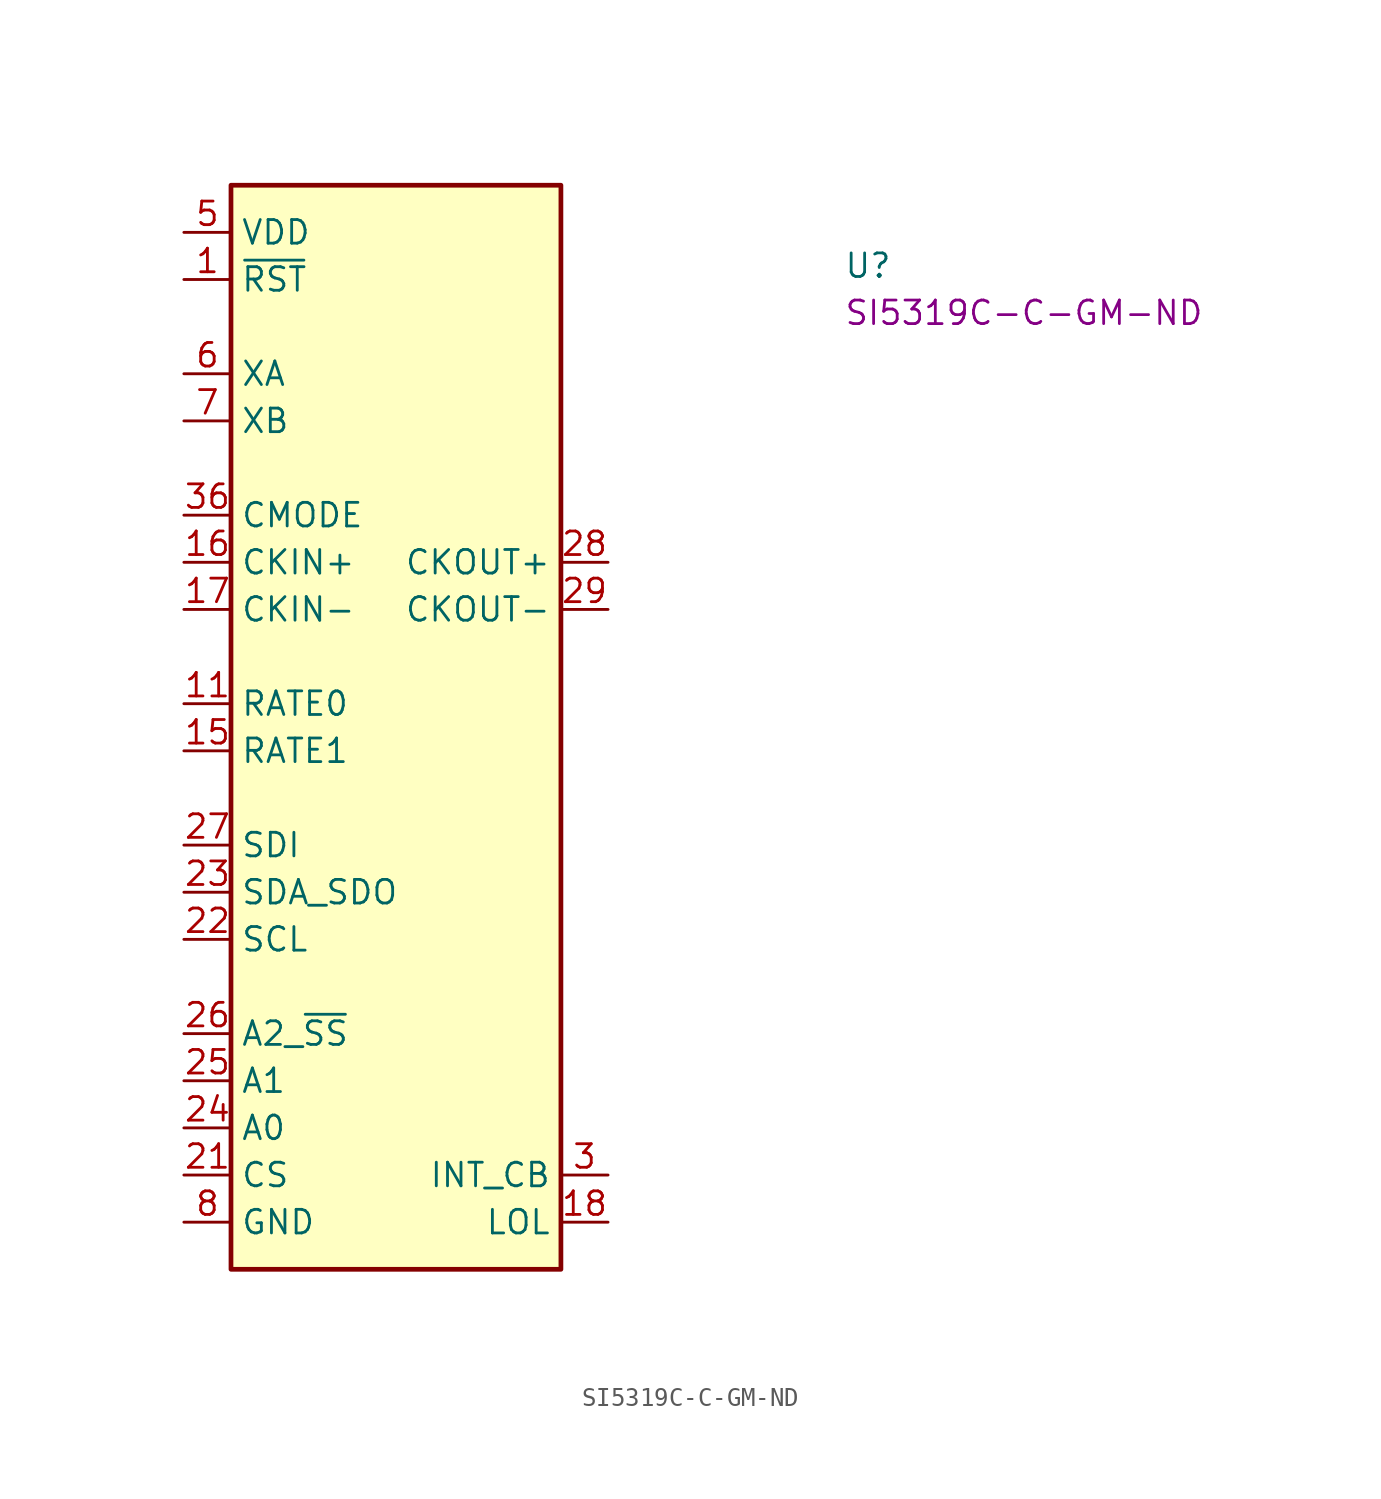
<source format=kicad_sym>
(kicad_symbol_lib
  (version 20220914)
  (generator kicad_symbol_editor)
  (symbol "SI5319C-C-GM-ND"
    (property "Reference" "U"
      (at 35.56 -2.54 0)
      (effects (font (size 1.27 1.27) (thickness 0.15)) (justify left bottom)))
    (property "MPN" "SI5319C-C-GM-ND"
      (at 35.56 -5.08 0)
      (effects (font (size 1.27 1.27) (thickness 0.15)) (justify left bottom)))
    (symbol "SI5319C-C-GM-ND_1_1"
      (rectangle (start 2.54 2.54) (end 20.32 -55.88) (stroke (width 0.254) (type default)) (fill (type background)))
      (pin input line (at 0 -2.54 0) (length 2.54) (name "~{RST}" (effects (font (size 1.27 1.27)))) (number "1" (effects (font (size 1.27 1.27)))))
      (pin passive line (at 0 0 0) (length 2.54) hide (name "VDD" (effects (font (size 1.27 1.27)))) (number "10" (effects (font (size 1.27 1.27)))))
      (pin input line (at 0 -25.4 0) (length 2.54) (name "RATE0" (effects (font (size 1.27 1.27)))) (number "11" (effects (font (size 1.27 1.27)))))
      (pin no_connect line (at 20.32 -30.48 180) (length 2.54) hide (name "NC" (effects (font (size 1.27 1.27)))) (number "12" (effects (font (size 1.27 1.27)))))
      (pin no_connect line (at 20.32 -33.02 180) (length 2.54) hide (name "NC" (effects (font (size 1.27 1.27)))) (number "13" (effects (font (size 1.27 1.27)))))
      (pin no_connect line (at 20.32 -35.56 180) (length 2.54) hide (name "NC" (effects (font (size 1.27 1.27)))) (number "14" (effects (font (size 1.27 1.27)))))
      (pin input line (at 0 -27.94 0) (length 2.54) (name "RATE1" (effects (font (size 1.27 1.27)))) (number "15" (effects (font (size 1.27 1.27)))))
      (pin input line (at 0 -17.78 0) (length 2.54) (name "CKIN+" (effects (font (size 1.27 1.27)))) (number "16" (effects (font (size 1.27 1.27)))))
      (pin input line (at 0 -20.32 0) (length 2.54) (name "CKIN-" (effects (font (size 1.27 1.27)))) (number "17" (effects (font (size 1.27 1.27)))))
      (pin output line (at 22.86 -53.34 180) (length 2.54) (name "LOL" (effects (font (size 1.27 1.27)))) (number "18" (effects (font (size 1.27 1.27)))))
      (pin passive line (at 0 -53.34 0) (length 2.54) hide (name "GND" (effects (font (size 1.27 1.27)))) (number "19" (effects (font (size 1.27 1.27)))))
      (pin no_connect line (at 20.32 -22.86 180) (length 2.54) hide (name "NC" (effects (font (size 1.27 1.27)))) (number "2" (effects (font (size 1.27 1.27)))))
      (pin passive line (at 0 -53.34 0) (length 2.54) hide (name "GND" (effects (font (size 1.27 1.27)))) (number "20" (effects (font (size 1.27 1.27)))))
      (pin input line (at 0 -50.8 0) (length 2.54) (name "CS" (effects (font (size 1.27 1.27)))) (number "21" (effects (font (size 1.27 1.27)))))
      (pin input line (at 0 -38.1 0) (length 2.54) (name "SCL" (effects (font (size 1.27 1.27)))) (number "22" (effects (font (size 1.27 1.27)))))
      (pin input line (at 0 -35.56 0) (length 2.54) (name "SDA_SDO" (effects (font (size 1.27 1.27)))) (number "23" (effects (font (size 1.27 1.27)))))
      (pin input line (at 0 -48.26 0) (length 2.54) (name "A0" (effects (font (size 1.27 1.27)))) (number "24" (effects (font (size 1.27 1.27)))))
      (pin input line (at 0 -45.72 0) (length 2.54) (name "A1" (effects (font (size 1.27 1.27)))) (number "25" (effects (font (size 1.27 1.27)))))
      (pin input line (at 0 -43.18 0) (length 2.54) (name "A2_~{SS}" (effects (font (size 1.27 1.27)))) (number "26" (effects (font (size 1.27 1.27)))))
      (pin input line (at 0 -33.02 0) (length 2.54) (name "SDI" (effects (font (size 1.27 1.27)))) (number "27" (effects (font (size 1.27 1.27)))))
      (pin output line (at 22.86 -17.78 180) (length 2.54) (name "CKOUT+" (effects (font (size 1.27 1.27)))) (number "28" (effects (font (size 1.27 1.27)))))
      (pin output line (at 22.86 -20.32 180) (length 2.54) (name "CKOUT-" (effects (font (size 1.27 1.27)))) (number "29" (effects (font (size 1.27 1.27)))))
      (pin output line (at 22.86 -50.8 180) (length 2.54) (name "INT_CB" (effects (font (size 1.27 1.27)))) (number "3" (effects (font (size 1.27 1.27)))))
      (pin no_connect line (at 20.32 -38.1 180) (length 2.54) hide (name "NC" (effects (font (size 1.27 1.27)))) (number "30" (effects (font (size 1.27 1.27)))))
      (pin passive line (at 0 -53.34 0) (length 2.54) hide (name "GND" (effects (font (size 1.27 1.27)))) (number "31" (effects (font (size 1.27 1.27)))))
      (pin passive line (at 0 0 0) (length 2.54) hide (name "VDD" (effects (font (size 1.27 1.27)))) (number "32" (effects (font (size 1.27 1.27)))))
      (pin no_connect line (at 20.32 -40.64 180) (length 2.54) hide (name "NC" (effects (font (size 1.27 1.27)))) (number "33" (effects (font (size 1.27 1.27)))))
      (pin no_connect line (at 20.32 -43.18 180) (length 2.54) hide (name "NC" (effects (font (size 1.27 1.27)))) (number "34" (effects (font (size 1.27 1.27)))))
      (pin no_connect line (at 20.32 -45.72 180) (length 2.54) hide (name "NC" (effects (font (size 1.27 1.27)))) (number "35" (effects (font (size 1.27 1.27)))))
      (pin input line (at 0 -15.24 0) (length 2.54) (name "CMODE" (effects (font (size 1.27 1.27)))) (number "36" (effects (font (size 1.27 1.27)))))
      (pin passive line (at 0 -53.34 0) (length 2.54) hide (name "GND" (effects (font (size 1.27 1.27)))) (number "37" (effects (font (size 1.27 1.27)))))
      (pin no_connect line (at 20.32 -25.4 180) (length 2.54) hide (name "NC" (effects (font (size 1.27 1.27)))) (number "4" (effects (font (size 1.27 1.27)))))
      (pin power_in line (at 0 0 0) (length 2.54) (name "VDD" (effects (font (size 1.27 1.27)))) (number "5" (effects (font (size 1.27 1.27)))))
      (pin input line (at 0 -7.62 0) (length 2.54) (name "XA" (effects (font (size 1.27 1.27)))) (number "6" (effects (font (size 1.27 1.27)))))
      (pin input line (at 0 -10.16 0) (length 2.54) (name "XB" (effects (font (size 1.27 1.27)))) (number "7" (effects (font (size 1.27 1.27)))))
      (pin power_in line (at 0 -53.34 0) (length 2.54) (name "GND" (effects (font (size 1.27 1.27)))) (number "8" (effects (font (size 1.27 1.27)))))
      (pin no_connect line (at 20.32 -27.94 180) (length 2.54) hide (name "NC" (effects (font (size 1.27 1.27)))) (number "9" (effects (font (size 1.27 1.27))))))))
</source>
